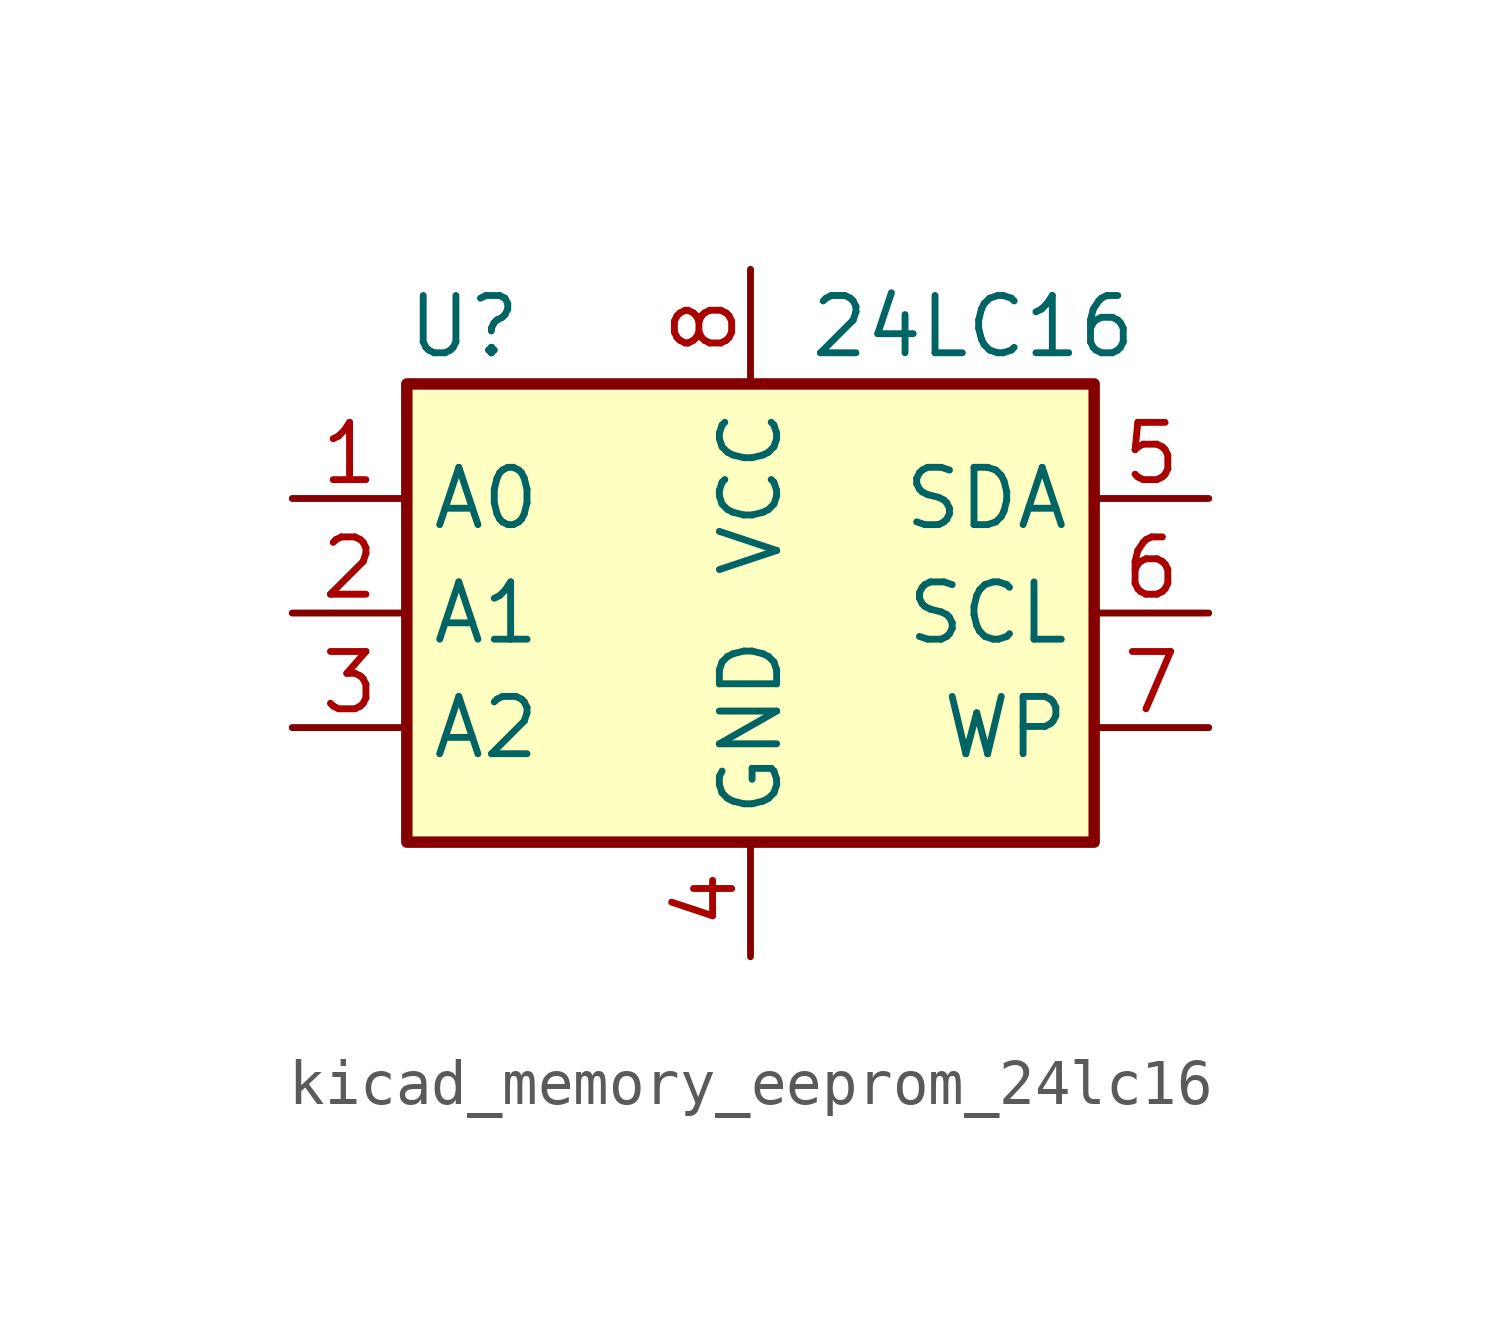
<source format=kicad_sym>
(kicad_symbol_lib
  (version 20220914)
  (generator kicad_symbol_editor)
  (symbol "kicad_memory_eeprom_24lc16"
    (property "Reference" "U"
      (at -6.35 6.35 0)
      (effects (font (size 1.27 1.27))))
    (property "Value" "24LC16"
      (at 1.27 6.35 0)
      (effects (font (size 1.27 1.27)) (justify left)))
    (symbol "kicad_memory_eeprom_24lc16_1_1"
      (rectangle (start -7.62 5.08) (end 7.62 -5.08) (stroke (width 0.254) (type default)) (fill (type background)))
      (pin input line (at -10.16 2.54 0) (length 2.54) (name "A0" (effects (font (size 1.27 1.27)))) (number "1" (effects (font (size 1.27 1.27)))))
      (pin input line (at -10.16 0 0) (length 2.54) (name "A1" (effects (font (size 1.27 1.27)))) (number "2" (effects (font (size 1.27 1.27)))))
      (pin input line (at -10.16 -2.54 0) (length 2.54) (name "A2" (effects (font (size 1.27 1.27)))) (number "3" (effects (font (size 1.27 1.27)))))
      (pin power_in line (at 0 -7.62 90) (length 2.54) (name "GND" (effects (font (size 1.27 1.27)))) (number "4" (effects (font (size 1.27 1.27)))))
      (pin bidirectional line (at 10.16 2.54 180) (length 2.54) (name "SDA" (effects (font (size 1.27 1.27)))) (number "5" (effects (font (size 1.27 1.27)))))
      (pin input line (at 10.16 0 180) (length 2.54) (name "SCL" (effects (font (size 1.27 1.27)))) (number "6" (effects (font (size 1.27 1.27)))))
      (pin input line (at 10.16 -2.54 180) (length 2.54) (name "WP" (effects (font (size 1.27 1.27)))) (number "7" (effects (font (size 1.27 1.27)))))
      (pin power_in line (at 0 7.62 270) (length 2.54) (name "VCC" (effects (font (size 1.27 1.27)))) (number "8" (effects (font (size 1.27 1.27))))))))
</source>
